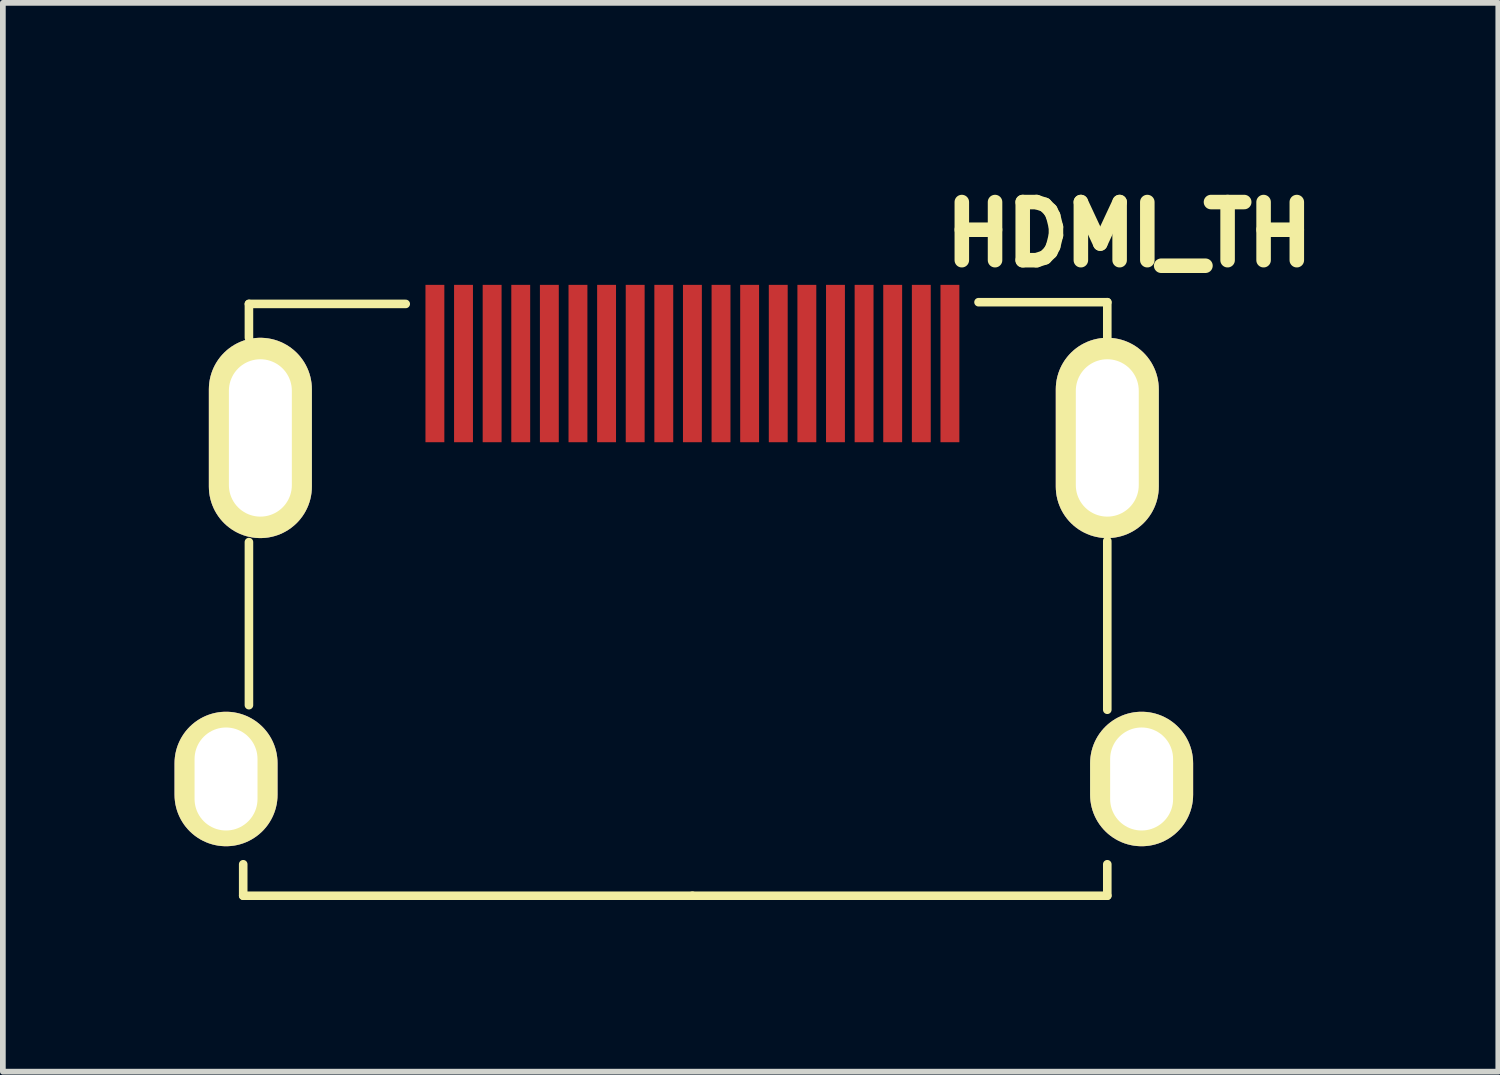
<source format=kicad_pcb>
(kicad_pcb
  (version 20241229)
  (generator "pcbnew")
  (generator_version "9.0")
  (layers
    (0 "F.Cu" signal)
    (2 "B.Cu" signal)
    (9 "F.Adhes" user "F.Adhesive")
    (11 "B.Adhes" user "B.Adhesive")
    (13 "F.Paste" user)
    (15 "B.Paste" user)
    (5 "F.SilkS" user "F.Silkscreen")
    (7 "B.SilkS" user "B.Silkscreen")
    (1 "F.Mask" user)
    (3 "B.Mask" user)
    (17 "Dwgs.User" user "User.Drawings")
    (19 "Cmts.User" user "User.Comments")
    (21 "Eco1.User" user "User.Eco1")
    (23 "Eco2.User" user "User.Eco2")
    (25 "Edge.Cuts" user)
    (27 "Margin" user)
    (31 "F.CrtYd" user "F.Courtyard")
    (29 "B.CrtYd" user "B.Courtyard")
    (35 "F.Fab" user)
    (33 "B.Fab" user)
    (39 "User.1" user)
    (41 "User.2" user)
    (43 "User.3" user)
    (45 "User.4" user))
  (footprint "HDMI_TH"
    (layer "F.Cu")
    (at 9.05 4.603)
    (property "Reference" "HDMI_TH" (at 7.635 -3.563 0) (layer "F.SilkS") (effects (font (size 1.016 1.016) (thickness 0.254))))
    (attr through_hole)
    (fp_line (start -7.85 8) (end -7.85 7.45) (stroke (width 0.15) (type solid)) (layer "F.SilkS"))
    (fp_line (start -7.75 -2.342) (end -5.01 -2.342) (stroke (width 0.15) (type solid)) (layer "F.SilkS"))
    (fp_line (start -7.75 -1.75) (end -7.75 -2.342) (stroke (width 0.15) (type solid)) (layer "F.SilkS"))
    (fp_line (start -7.75 4.67) (end -7.75 1.82) (stroke (width 0.15) (type solid)) (layer "F.SilkS"))
    (fp_line (start 0 8) (end -7.85 8) (stroke (width 0.15) (type solid)) (layer "F.SilkS"))
    (fp_line (start 0 8) (end 7.25 8) (stroke (width 0.15) (type solid)) (layer "F.SilkS"))
    (fp_line (start 7.25 -2.372) (end 5 -2.372) (stroke (width 0.15) (type solid)) (layer "F.SilkS"))
    (fp_line (start 7.25 -1.75) (end 7.25 -2.372) (stroke (width 0.15) (type solid)) (layer "F.SilkS"))
    (fp_line (start 7.25 4.75) (end 7.25 1.8) (stroke (width 0.15) (type solid)) (layer "F.SilkS"))
    (fp_line (start 7.25 8) (end 7.25 7.45) (stroke (width 0.15) (type solid)) (layer "F.SilkS"))
    (pad "0" thru_hole oval (at -8.15 5.96) (size 1.8 2.35) (drill oval 1.1 1.8) (layers "*.Cu" "*.Mask" "F.SilkS"))
    (pad "0" thru_hole oval (at -7.55 0) (size 1.8 3.5) (drill oval 1.1 2.75) (layers "*.Cu" "*.Mask" "F.SilkS"))
    (pad "0" thru_hole oval (at 7.25 0) (size 1.8 3.5) (drill oval 1.1 2.75) (layers "*.Cu" "*.Mask" "F.SilkS"))
    (pad "0" thru_hole oval (at 7.85 5.96) (size 1.8 2.35) (drill oval 1.1 1.8) (layers "*.Cu" "*.Mask" "F.SilkS"))
    (pad "1" smd rect (at 4.5 -1.3) (size 0.33 2.75) (layers "F.Cu" "F.Mask" "F.Paste"))
    (pad "2" smd rect (at 4 -1.3) (size 0.33 2.75) (layers "F.Cu" "F.Mask" "F.Paste"))
    (pad "3" smd rect (at 3.5 -1.3) (size 0.33 2.75) (layers "F.Cu" "F.Mask" "F.Paste"))
    (pad "4" smd rect (at 3 -1.3) (size 0.33 2.75) (layers "F.Cu" "F.Mask" "F.Paste"))
    (pad "5" smd rect (at 2.5 -1.3) (size 0.33 2.75) (layers "F.Cu" "F.Mask" "F.Paste"))
    (pad "6" smd rect (at 2 -1.3) (size 0.33 2.75) (layers "F.Cu" "F.Mask" "F.Paste"))
    (pad "7" smd rect (at 1.5 -1.3) (size 0.33 2.75) (layers "F.Cu" "F.Mask" "F.Paste"))
    (pad "8" smd rect (at 1 -1.3) (size 0.33 2.75) (layers "F.Cu" "F.Mask" "F.Paste"))
    (pad "9" smd rect (at 0.5 -1.3) (size 0.33 2.75) (layers "F.Cu" "F.Mask" "F.Paste"))
    (pad "10" smd rect (at 0 -1.3) (size 0.33 2.75) (layers "F.Cu" "F.Mask" "F.Paste"))
    (pad "11" smd rect (at -0.5 -1.3) (size 0.33 2.75) (layers "F.Cu" "F.Mask" "F.Paste"))
    (pad "12" smd rect (at -1 -1.3) (size 0.33 2.75) (layers "F.Cu" "F.Mask" "F.Paste"))
    (pad "13" smd rect (at -1.5 -1.3) (size 0.33 2.75) (layers "F.Cu" "F.Mask" "F.Paste"))
    (pad "14" smd rect (at -2 -1.3) (size 0.33 2.75) (layers "F.Cu" "F.Mask" "F.Paste"))
    (pad "15" smd rect (at -2.5 -1.3) (size 0.33 2.75) (layers "F.Cu" "F.Mask" "F.Paste"))
    (pad "16" smd rect (at -3 -1.3) (size 0.33 2.75) (layers "F.Cu" "F.Mask" "F.Paste"))
    (pad "17" smd rect (at -3.5 -1.3) (size 0.33 2.75) (layers "F.Cu" "F.Mask" "F.Paste"))
    (pad "18" smd rect (at -4 -1.3) (size 0.33 2.75) (layers "F.Cu" "F.Mask" "F.Paste"))
    (pad "19" smd rect (at -4.5 -1.3) (size 0.33 2.75) (layers "F.Cu" "F.Mask" "F.Paste")))
  (gr_rect
    (start -3 -3)
    (end 23.133 15.678)
    (stroke (width 0.1) (type default))
    (fill no)
    (layer "Edge.Cuts")))
</source>
